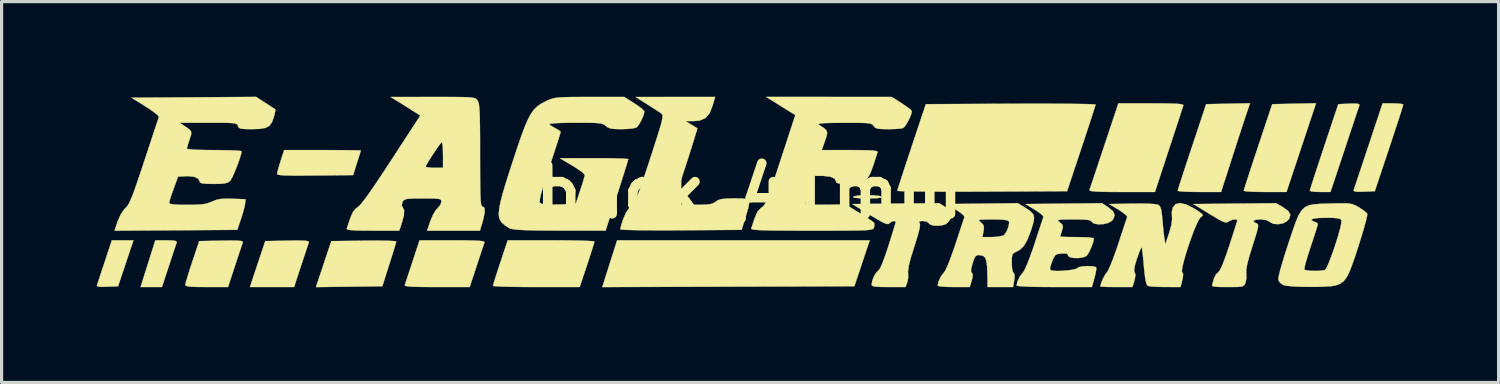
<source format=kicad_pcb>
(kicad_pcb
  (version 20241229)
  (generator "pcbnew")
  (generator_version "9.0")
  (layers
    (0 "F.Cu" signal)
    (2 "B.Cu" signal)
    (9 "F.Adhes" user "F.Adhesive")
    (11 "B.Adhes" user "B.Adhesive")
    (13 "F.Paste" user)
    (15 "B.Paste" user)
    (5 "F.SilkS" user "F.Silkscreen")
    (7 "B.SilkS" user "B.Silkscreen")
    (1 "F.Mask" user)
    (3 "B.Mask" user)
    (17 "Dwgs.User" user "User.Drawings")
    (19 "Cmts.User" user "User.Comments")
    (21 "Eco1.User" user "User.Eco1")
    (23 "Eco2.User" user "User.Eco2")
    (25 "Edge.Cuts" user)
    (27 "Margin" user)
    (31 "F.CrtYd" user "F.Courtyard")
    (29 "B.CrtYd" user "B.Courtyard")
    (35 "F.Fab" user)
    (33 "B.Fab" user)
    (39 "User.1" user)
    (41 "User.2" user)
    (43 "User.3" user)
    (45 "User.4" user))
  (footprint "back_41mm"
    (layer "F.Cu")
    (at 20.57 3.003)
    (property "Reference" "back_41mm" (at 0 0 0) (layer "F.SilkS") (effects (font (size 1.524 1.524) (thickness 0.3))))
    (attr through_hole)
    (fp_poly (pts (xy 3.56 2.248) (xy 3.318 2.972) (xy -4.63 2.998) (xy -4.594 2.883) (xy -4.565 2.792) (xy -4.513 2.627) (xy -4.444 2.411) (xy -4.367 2.166) (xy -4.36 2.146) (xy -4.162 1.524) (xy 3.802 1.524) (xy 3.56 2.248)) (stroke (width 0.01) (type solid)) (fill yes) (layer "F.SilkS"))
    (fp_poly (pts (xy -18.18 1.529) (xy -18.075 1.547) (xy -18.045 1.579) (xy -18.047 1.587) (xy -18.071 1.657) (xy -18.12 1.803) (xy -18.188 2.007) (xy -18.267 2.249) (xy -18.292 2.324) (xy -18.514 2.997) (xy -19.188 2.997) (xy -18.723 1.524) (xy -18.373 1.524) (xy -18.18 1.529)) (stroke (width 0.01) (type solid)) (fill yes) (layer "F.SilkS"))
    (fp_poly (pts (xy -19.655 2.248) (xy -19.897 2.972) (xy -20.242 2.987) (xy -20.43 2.991) (xy -20.532 2.98) (xy -20.565 2.952) (xy -20.562 2.936) (xy -20.538 2.866) (xy -20.488 2.719) (xy -20.421 2.514) (xy -20.34 2.272) (xy -20.316 2.197) (xy -20.094 1.524) (xy -19.413 1.524) (xy -19.655 2.248)) (stroke (width 0.01) (type solid)) (fill yes) (layer "F.SilkS"))
    (fp_poly (pts (xy -14.069 1.534) (xy -13.947 1.543) (xy -13.889 1.561) (xy -13.881 1.586) (xy -13.905 1.656) (xy -13.954 1.803) (xy -14.022 2.007) (xy -14.102 2.249) (xy -14.127 2.324) (xy -14.348 2.997) (xy -15.74 2.997) (xy -15.257 1.549) (xy -14.557 1.535) (xy -14.268 1.531) (xy -14.069 1.534)) (stroke (width 0.01) (type solid)) (fill yes) (layer "F.SilkS"))
    (fp_poly (pts (xy -11.567 1.535) (xy -11.348 1.54) (xy -11.197 1.548) (xy -11.129 1.558) (xy -11.126 1.561) (xy -11.141 1.621) (xy -11.182 1.759) (xy -11.243 1.957) (xy -11.318 2.196) (xy -11.347 2.286) (xy -11.566 2.972) (xy -13.658 2.999) (xy -13.416 2.274) (xy -13.174 1.549) (xy -12.149 1.536) (xy -11.839 1.533) (xy -11.567 1.535)) (stroke (width 0.01) (type solid)) (fill yes) (layer "F.SilkS"))
    (fp_poly (pts (xy 3.932 0.107) (xy 4.09 0.122) (xy 4.18 0.144) (xy 4.191 0.152) (xy 4.16 0.178) (xy 4.033 0.195) (xy 3.817 0.203) (xy 3.734 0.203) (xy 3.492 0.198) (xy 3.337 0.184) (xy 3.276 0.161) (xy 3.277 0.152) (xy 3.339 0.129) (xy 3.476 0.111) (xy 3.664 0.102) (xy 3.734 0.102) (xy 3.932 0.107)) (stroke (width 0.01) (type solid)) (fill yes) (layer "F.SilkS"))
    (fp_poly (pts (xy 17.408 -1.398) (xy 16.943 0) (xy 16.269 0) (xy 16.021 -0.003) (xy 15.814 -0.01) (xy 15.667 -0.022) (xy 15.598 -0.035) (xy 15.596 -0.039) (xy 15.611 -0.095) (xy 15.655 -0.235) (xy 15.723 -0.447) (xy 15.81 -0.716) (xy 15.914 -1.031) (xy 16.03 -1.379) (xy 16.044 -1.423) (xy 16.493 -2.769) (xy 17.184 -2.783) (xy 17.874 -2.797) (xy 17.408 -1.398)) (stroke (width 0.01) (type solid)) (fill yes) (layer "F.SilkS"))
    (fp_poly (pts (xy -16.152 1.534) (xy -16.03 1.543) (xy -15.971 1.561) (xy -15.964 1.586) (xy -15.988 1.656) (xy -16.037 1.803) (xy -16.105 2.007) (xy -16.185 2.249) (xy -16.209 2.324) (xy -16.431 2.997) (xy -17.105 2.997) (xy -17.394 2.995) (xy -17.593 2.987) (xy -17.715 2.972) (xy -17.772 2.949) (xy -17.78 2.932) (xy -17.765 2.862) (xy -17.722 2.716) (xy -17.659 2.513) (xy -17.581 2.273) (xy -17.56 2.208) (xy -17.339 1.549) (xy -16.639 1.535) (xy -16.351 1.531) (xy -16.152 1.534)) (stroke (width 0.01) (type solid)) (fill yes) (layer "F.SilkS"))
    (fp_poly (pts (xy 15.693 -2.503) (xy 15.648 -2.368) (xy 15.577 -2.155) (xy 15.488 -1.883) (xy 15.386 -1.57) (xy 15.278 -1.236) (xy 15.236 -1.105) (xy 14.88 0) (xy 14.196 0) (xy 13.946 -0.003) (xy 13.737 -0.01) (xy 13.588 -0.021) (xy 13.516 -0.035) (xy 13.513 -0.039) (xy 13.528 -0.095) (xy 13.572 -0.235) (xy 13.64 -0.447) (xy 13.728 -0.716) (xy 13.831 -1.031) (xy 13.947 -1.379) (xy 13.962 -1.423) (xy 14.41 -2.769) (xy 15.102 -2.783) (xy 15.794 -2.797) (xy 15.693 -2.503)) (stroke (width 0.01) (type solid)) (fill yes) (layer "F.SilkS"))
    (fp_poly (pts (xy -13.114 -1.32) (xy -12.812 -1.319) (xy -12.561 -1.317) (xy -12.374 -1.314) (xy -12.265 -1.311) (xy -12.243 -1.308) (xy -12.258 -1.257) (xy -12.296 -1.134) (xy -12.351 -0.962) (xy -12.366 -0.914) (xy -12.487 -0.533) (xy -13.686 -0.52) (xy -14.088 -0.517) (xy -14.398 -0.517) (xy -14.624 -0.522) (xy -14.774 -0.532) (xy -14.858 -0.547) (xy -14.884 -0.567) (xy -14.884 -0.567) (xy -14.87 -0.643) (xy -14.831 -0.785) (xy -14.776 -0.964) (xy -14.773 -0.974) (xy -14.661 -1.321) (xy -13.452 -1.321) (xy -13.114 -1.32)) (stroke (width 0.01) (type solid)) (fill yes) (layer "F.SilkS"))
    (fp_poly (pts (xy 19.211 -2.777) (xy 19.244 -2.749) (xy 19.242 -2.733) (xy 19.22 -2.669) (xy 19.17 -2.522) (xy 19.097 -2.304) (xy 19.006 -2.03) (xy 18.899 -1.711) (xy 18.783 -1.361) (xy 18.774 -1.333) (xy 18.33 0) (xy 18.004 0) (xy 17.837 -0.006) (xy 17.72 -0.02) (xy 17.678 -0.039) (xy 17.694 -0.095) (xy 17.738 -0.235) (xy 17.805 -0.447) (xy 17.893 -0.716) (xy 17.997 -1.031) (xy 18.112 -1.379) (xy 18.127 -1.423) (xy 18.576 -2.769) (xy 18.921 -2.784) (xy 19.109 -2.788) (xy 19.211 -2.777)) (stroke (width 0.01) (type solid)) (fill yes) (layer "F.SilkS"))
    (fp_poly (pts (xy 20.466 -2.788) (xy 20.583 -2.774) (xy 20.625 -2.755) (xy 20.609 -2.699) (xy 20.566 -2.559) (xy 20.498 -2.347) (xy 20.41 -2.078) (xy 20.306 -1.763) (xy 20.191 -1.415) (xy 20.176 -1.371) (xy 19.727 -0.025) (xy 19.382 -0.01) (xy 19.194 -0.006) (xy 19.092 -0.017) (xy 19.059 -0.045) (xy 19.062 -0.061) (xy 19.083 -0.125) (xy 19.133 -0.272) (xy 19.206 -0.49) (xy 19.297 -0.764) (xy 19.404 -1.083) (xy 19.52 -1.433) (xy 19.529 -1.461) (xy 19.973 -2.794) (xy 20.299 -2.794) (xy 20.466 -2.788)) (stroke (width 0.01) (type solid)) (fill yes) (layer "F.SilkS"))
    (fp_poly (pts (xy -8.993 1.525) (xy -8.721 1.53) (xy -8.531 1.538) (xy -8.411 1.55) (xy -8.353 1.568) (xy -8.344 1.587) (xy -8.368 1.657) (xy -8.417 1.803) (xy -8.485 2.007) (xy -8.565 2.249) (xy -8.589 2.324) (xy -8.811 2.997) (xy -9.846 2.997) (xy -10.21 2.996) (xy -10.481 2.991) (xy -10.672 2.983) (xy -10.791 2.971) (xy -10.849 2.954) (xy -10.858 2.934) (xy -10.834 2.864) (xy -10.785 2.718) (xy -10.718 2.514) (xy -10.638 2.272) (xy -10.613 2.197) (xy -10.392 1.524) (xy -9.356 1.524) (xy -8.993 1.525)) (stroke (width 0.01) (type solid)) (fill yes) (layer "F.SilkS"))
    (fp_poly (pts (xy -5.883 1.525) (xy -5.558 1.529) (xy -5.282 1.535) (xy -5.068 1.543) (xy -4.928 1.552) (xy -4.877 1.562) (xy -4.877 1.562) (xy -4.892 1.621) (xy -4.934 1.759) (xy -4.997 1.956) (xy -5.075 2.195) (xy -5.11 2.299) (xy -5.342 2.997) (xy -6.71 2.997) (xy -7.071 2.996) (xy -7.396 2.992) (xy -7.672 2.986) (xy -7.886 2.978) (xy -8.026 2.969) (xy -8.077 2.959) (xy -8.077 2.959) (xy -8.062 2.9) (xy -8.02 2.762) (xy -7.957 2.565) (xy -7.879 2.326) (xy -7.844 2.223) (xy -7.612 1.524) (xy -6.244 1.524) (xy -5.883 1.525)) (stroke (width 0.01) (type solid)) (fill yes) (layer "F.SilkS"))
    (fp_poly (pts (xy 13.041 -2.793) (xy 13.313 -2.788) (xy 13.504 -2.78) (xy 13.624 -2.767) (xy 13.683 -2.75) (xy 13.692 -2.731) (xy 13.671 -2.667) (xy 13.623 -2.52) (xy 13.552 -2.303) (xy 13.462 -2.029) (xy 13.357 -1.71) (xy 13.242 -1.361) (xy 13.233 -1.333) (xy 12.795 0) (xy 11.751 0) (xy 11.387 -0.001) (xy 11.113 -0.006) (xy 10.921 -0.014) (xy 10.801 -0.026) (xy 10.741 -0.043) (xy 10.731 -0.064) (xy 10.753 -0.127) (xy 10.802 -0.273) (xy 10.875 -0.49) (xy 10.966 -0.764) (xy 11.072 -1.083) (xy 11.189 -1.432) (xy 11.198 -1.461) (xy 11.642 -2.794) (xy 12.677 -2.794) (xy 13.041 -2.793)) (stroke (width 0.01) (type solid)) (fill yes) (layer "F.SilkS"))
    (fp_poly (pts (xy 9.673 -2.783) (xy 10.06 -2.78) (xy 10.387 -2.776) (xy 10.644 -2.772) (xy 10.822 -2.766) (xy 10.913 -2.759) (xy 10.922 -2.756) (xy 10.907 -2.699) (xy 10.863 -2.559) (xy 10.795 -2.347) (xy 10.707 -2.078) (xy 10.603 -1.763) (xy 10.488 -1.415) (xy 10.473 -1.371) (xy 10.024 -0.025) (xy 7.349 -0.012) (xy 6.838 -0.01) (xy 6.36 -0.01) (xy 5.922 -0.011) (xy 5.535 -0.014) (xy 5.209 -0.018) (xy 4.952 -0.022) (xy 4.773 -0.028) (xy 4.683 -0.035) (xy 4.674 -0.038) (xy 4.689 -0.095) (xy 4.733 -0.235) (xy 4.801 -0.447) (xy 4.888 -0.716) (xy 4.992 -1.031) (xy 5.108 -1.379) (xy 5.122 -1.423) (xy 5.571 -2.769) (xy 8.247 -2.782) (xy 8.757 -2.784) (xy 9.236 -2.784) (xy 9.673 -2.783)) (stroke (width 0.01) (type solid)) (fill yes) (layer "F.SilkS"))
    (fp_poly (pts (xy 6.218 0.494) (xy 6.348 0.579) (xy 6.407 0.639) (xy 6.41 0.705) (xy 6.375 0.796) (xy 6.299 0.924) (xy 6.208 1.01) (xy 6.205 1.012) (xy 6.074 1.054) (xy 5.919 1.067) (xy 5.777 1.052) (xy 5.685 1.01) (xy 5.671 0.991) (xy 5.6 0.933) (xy 5.482 0.914) (xy 5.377 0.923) (xy 5.359 0.955) (xy 5.375 0.979) (xy 5.388 1.039) (xy 5.371 1.161) (xy 5.322 1.353) (xy 5.238 1.627) (xy 5.208 1.72) (xy 5.099 2.07) (xy 5.033 2.331) (xy 5.009 2.506) (xy 5.012 2.557) (xy 5.013 2.72) (xy 4.984 2.857) (xy 4.93 2.997) (xy 4.395 2.997) (xy 4.146 2.994) (xy 3.983 2.984) (xy 3.893 2.965) (xy 3.861 2.935) (xy 3.861 2.929) (xy 3.886 2.786) (xy 3.949 2.634) (xy 4.028 2.518) (xy 4.065 2.489) (xy 4.125 2.413) (xy 4.205 2.238) (xy 4.305 1.966) (xy 4.39 1.707) (xy 4.471 1.45) (xy 4.54 1.229) (xy 4.591 1.06) (xy 4.619 0.962) (xy 4.623 0.944) (xy 4.587 0.914) (xy 4.509 0.928) (xy 4.43 0.978) (xy 4.422 0.988) (xy 4.385 1.011) (xy 4.323 1.005) (xy 4.223 0.963) (xy 4.069 0.879) (xy 3.847 0.746) (xy 3.807 0.721) (xy 3.253 0.381) (xy 4.622 0.367) (xy 5.992 0.354) (xy 6.218 0.494)) (stroke (width 0.01) (type solid)) (fill yes) (layer "F.SilkS"))
    (fp_poly (pts (xy 16.842 0.487) (xy 17.002 0.605) (xy 17.064 0.718) (xy 17.031 0.837) (xy 16.967 0.914) (xy 16.843 0.986) (xy 16.682 1.016) (xy 16.524 1.003) (xy 16.413 0.945) (xy 16.408 0.94) (xy 16.309 0.886) (xy 16.142 0.864) (xy 16.123 0.864) (xy 15.977 0.877) (xy 15.906 0.91) (xy 15.919 0.953) (xy 15.996 0.989) (xy 16.031 1.006) (xy 16.048 1.042) (xy 16.044 1.111) (xy 16.017 1.229) (xy 15.963 1.411) (xy 15.88 1.672) (xy 15.868 1.711) (xy 15.765 2.044) (xy 15.701 2.292) (xy 15.672 2.466) (xy 15.674 2.561) (xy 15.679 2.723) (xy 15.651 2.858) (xy 15.624 2.921) (xy 15.587 2.961) (xy 15.52 2.984) (xy 15.402 2.994) (xy 15.213 2.997) (xy 15.083 2.997) (xy 14.85 2.995) (xy 14.702 2.988) (xy 14.622 2.973) (xy 14.595 2.947) (xy 14.6 2.916) (xy 14.637 2.803) (xy 14.662 2.712) (xy 14.722 2.596) (xy 14.786 2.538) (xy 14.845 2.463) (xy 14.927 2.289) (xy 15.03 2.016) (xy 15.136 1.705) (xy 15.222 1.44) (xy 15.296 1.21) (xy 15.352 1.031) (xy 15.386 0.92) (xy 15.392 0.893) (xy 15.353 0.864) (xy 15.26 0.871) (xy 15.155 0.908) (xy 15.114 0.933) (xy 15.065 0.957) (xy 15.002 0.956) (xy 14.91 0.921) (xy 14.769 0.845) (xy 14.565 0.723) (xy 14.513 0.691) (xy 14.006 0.381) (xy 15.311 0.367) (xy 16.616 0.354) (xy 16.842 0.487)) (stroke (width 0.01) (type solid)) (fill yes) (layer "F.SilkS"))
    (fp_poly (pts (xy -1.149 -2.731) (xy -1.244 -2.488) (xy -1.375 -2.333) (xy -1.555 -2.253) (xy -1.743 -2.235) (xy -2.007 -2.235) (xy -1.829 -2.128) (xy -1.714 -2.057) (xy -1.644 -2.013) (xy -1.636 -2.007) (xy -1.647 -1.957) (xy -1.686 -1.824) (xy -1.748 -1.621) (xy -1.829 -1.361) (xy -1.925 -1.058) (xy -2.005 -0.812) (xy -2.111 -0.485) (xy -2.205 -0.191) (xy -2.284 0.057) (xy -2.344 0.244) (xy -2.379 0.358) (xy -2.388 0.388) (xy -2.34 0.395) (xy -2.211 0.401) (xy -2.019 0.405) (xy -1.785 0.406) (xy -1.785 0.406) (xy -1.52 0.404) (xy -1.336 0.396) (xy -1.211 0.38) (xy -1.125 0.351) (xy -1.057 0.308) (xy -1.053 0.305) (xy -0.972 0.254) (xy -0.869 0.224) (xy -0.718 0.208) (xy -0.494 0.203) (xy -0.462 0.203) (xy -0.242 0.205) (xy -0.098 0.22) (xy -0.021 0.265) (xy -0.00023 0.355) (xy -0.028 0.507) (xy -0.096 0.737) (xy -0.119 0.813) (xy -0.237 1.194) (xy -2.15 1.207) (xy -2.58 1.209) (xy -2.976 1.209) (xy -3.327 1.206) (xy -3.623 1.202) (xy -3.851 1.196) (xy -4.002 1.188) (xy -4.063 1.179) (xy -4.064 1.178) (xy -4.049 1.109) (xy -4.011 0.979) (xy -3.981 0.885) (xy -3.885 0.654) (xy -3.783 0.508) (xy -3.678 0.457) (xy -3.677 0.457) (xy -3.64 0.409) (xy -3.577 0.268) (xy -3.489 0.037) (xy -3.377 -0.279) (xy -3.243 -0.677) (xy -3.144 -0.976) (xy -3.012 -1.386) (xy -2.908 -1.71) (xy -2.83 -1.959) (xy -2.777 -2.143) (xy -2.744 -2.275) (xy -2.731 -2.363) (xy -2.732 -2.419) (xy -2.748 -2.454) (xy -2.773 -2.478) (xy -2.775 -2.479) (xy -2.862 -2.538) (xy -3.008 -2.633) (xy -3.183 -2.745) (xy -3.226 -2.772) (xy -3.581 -2.995) (xy -2.327 -2.996) (xy -1.072 -2.997) (xy -1.149 -2.731)) (stroke (width 0.01) (type solid)) (fill yes) (layer "F.SilkS"))
    (fp_poly (pts (xy 18.804 0.357) (xy 18.937 0.367) (xy 19.038 0.39) (xy 19.129 0.43) (xy 19.227 0.485) (xy 19.366 0.575) (xy 19.463 0.655) (xy 19.491 0.691) (xy 19.484 0.758) (xy 19.449 0.906) (xy 19.391 1.118) (xy 19.314 1.379) (xy 19.222 1.673) (xy 19.209 1.715) (xy 19.089 2.08) (xy 18.99 2.36) (xy 18.904 2.567) (xy 18.823 2.716) (xy 18.741 2.817) (xy 18.649 2.885) (xy 18.54 2.931) (xy 18.487 2.948) (xy 18.357 2.969) (xy 18.155 2.983) (xy 17.907 2.991) (xy 17.636 2.992) (xy 17.37 2.987) (xy 17.132 2.975) (xy 16.948 2.958) (xy 16.853 2.938) (xy 16.741 2.865) (xy 16.685 2.776) (xy 16.692 2.69) (xy 16.73 2.521) (xy 16.754 2.434) (xy 17.503 2.434) (xy 17.505 2.445) (xy 17.567 2.469) (xy 17.696 2.484) (xy 17.857 2.489) (xy 18.015 2.483) (xy 18.135 2.465) (xy 18.157 2.458) (xy 18.2 2.401) (xy 18.263 2.266) (xy 18.339 2.074) (xy 18.421 1.847) (xy 18.502 1.604) (xy 18.575 1.368) (xy 18.633 1.157) (xy 18.67 0.994) (xy 18.678 0.898) (xy 18.676 0.89) (xy 18.64 0.851) (xy 18.555 0.828) (xy 18.404 0.816) (xy 18.188 0.813) (xy 17.953 0.82) (xy 17.798 0.839) (xy 17.729 0.869) (xy 17.751 0.907) (xy 17.831 0.94) (xy 17.913 0.981) (xy 17.932 1.009) (xy 17.917 1.068) (xy 17.875 1.205) (xy 17.812 1.401) (xy 17.734 1.638) (xy 17.705 1.723) (xy 17.625 1.971) (xy 17.561 2.184) (xy 17.519 2.345) (xy 17.503 2.434) (xy 16.754 2.434) (xy 16.797 2.279) (xy 16.889 1.976) (xy 17.003 1.625) (xy 17.128 1.25) (xy 17.23 0.959) (xy 17.321 0.742) (xy 17.414 0.587) (xy 17.519 0.484) (xy 17.649 0.421) (xy 17.816 0.388) (xy 18.03 0.373) (xy 18.304 0.364) (xy 18.347 0.363) (xy 18.615 0.357) (xy 18.804 0.357)) (stroke (width 0.01) (type solid)) (fill yes) (layer "F.SilkS"))
    (fp_poly (pts (xy 8.733 0.515) (xy 8.873 0.61) (xy 8.956 0.698) (xy 8.985 0.802) (xy 8.966 0.948) (xy 8.904 1.158) (xy 8.882 1.222) (xy 8.777 1.499) (xy 8.668 1.692) (xy 8.544 1.818) (xy 8.434 1.879) (xy 8.347 1.922) (xy 8.301 1.978) (xy 8.283 2.078) (xy 8.28 2.237) (xy 8.29 2.41) (xy 8.315 2.522) (xy 8.337 2.551) (xy 8.371 2.615) (xy 8.36 2.771) (xy 8.358 2.783) (xy 8.322 2.997) (xy 7.518 2.997) (xy 7.513 2.629) (xy 7.505 2.364) (xy 7.483 2.185) (xy 7.444 2.074) (xy 7.38 2.015) (xy 7.286 1.991) (xy 7.196 1.99) (xy 7.138 2.024) (xy 7.091 2.115) (xy 7.048 2.243) (xy 7.001 2.414) (xy 6.997 2.51) (xy 7.021 2.547) (xy 7.052 2.599) (xy 7.04 2.706) (xy 7.018 2.79) (xy 6.956 2.997) (xy 6.45 2.997) (xy 6.235 2.993) (xy 6.067 2.981) (xy 5.964 2.963) (xy 5.944 2.95) (xy 5.973 2.819) (xy 6.045 2.668) (xy 6.131 2.551) (xy 6.143 2.54) (xy 6.191 2.466) (xy 6.262 2.312) (xy 6.348 2.093) (xy 6.444 1.827) (xy 6.504 1.651) (xy 6.594 1.378) (xy 6.673 1.138) (xy 6.736 0.948) (xy 6.75 0.906) (xy 7.248 0.906) (xy 7.288 0.943) (xy 7.307 0.957) (xy 7.384 1.036) (xy 7.404 1.131) (xy 7.39 1.235) (xy 7.355 1.422) (xy 7.655 1.422) (xy 7.832 1.412) (xy 7.975 1.385) (xy 8.036 1.359) (xy 8.111 1.26) (xy 8.171 1.118) (xy 8.198 0.983) (xy 8.192 0.927) (xy 8.143 0.894) (xy 8.016 0.874) (xy 7.802 0.865) (xy 7.679 0.865) (xy 7.455 0.866) (xy 7.317 0.871) (xy 7.253 0.883) (xy 7.248 0.906) (xy 6.75 0.906) (xy 6.777 0.824) (xy 6.79 0.786) (xy 6.76 0.736) (xy 6.662 0.653) (xy 6.518 0.557) (xy 6.227 0.381) (xy 8.474 0.354) (xy 8.733 0.515)) (stroke (width 0.01) (type solid)) (fill yes) (layer "F.SilkS"))
    (fp_poly (pts (xy 13.788 0.397) (xy 14.032 0.522) (xy 14.061 0.54) (xy 14.212 0.639) (xy 14.289 0.701) (xy 14.303 0.742) (xy 14.266 0.78) (xy 14.236 0.801) (xy 14.181 0.872) (xy 14.109 1.017) (xy 14.026 1.215) (xy 13.938 1.449) (xy 13.851 1.699) (xy 13.772 1.946) (xy 13.707 2.173) (xy 13.662 2.359) (xy 13.644 2.486) (xy 13.655 2.533) (xy 13.685 2.592) (xy 13.672 2.716) (xy 13.656 2.783) (xy 13.602 2.997) (xy 13.113 2.996) (xy 12.895 2.992) (xy 12.712 2.981) (xy 12.59 2.964) (xy 12.558 2.954) (xy 12.522 2.881) (xy 12.487 2.713) (xy 12.457 2.458) (xy 12.446 2.339) (xy 12.426 2.109) (xy 12.406 1.919) (xy 12.389 1.79) (xy 12.378 1.743) (xy 12.352 1.777) (xy 12.305 1.886) (xy 12.246 2.049) (xy 12.228 2.1) (xy 12.161 2.32) (xy 12.137 2.46) (xy 12.153 2.531) (xy 12.155 2.533) (xy 12.182 2.613) (xy 12.158 2.757) (xy 12.148 2.792) (xy 12.086 2.997) (xy 11.58 2.997) (xy 11.368 2.996) (xy 11.199 2.991) (xy 11.096 2.985) (xy 11.074 2.979) (xy 11.099 2.873) (xy 11.159 2.73) (xy 11.23 2.6) (xy 11.278 2.54) (xy 11.323 2.468) (xy 11.391 2.316) (xy 11.475 2.104) (xy 11.568 1.848) (xy 11.635 1.651) (xy 11.724 1.378) (xy 11.804 1.138) (xy 11.867 0.948) (xy 11.908 0.825) (xy 11.921 0.787) (xy 11.89 0.737) (xy 11.792 0.655) (xy 11.648 0.559) (xy 11.647 0.558) (xy 11.354 0.381) (xy 12.078 0.367) (xy 12.37 0.365) (xy 12.615 0.371) (xy 12.795 0.383) (xy 12.894 0.402) (xy 12.9 0.404) (xy 12.952 0.453) (xy 12.989 0.545) (xy 13.014 0.704) (xy 13.028 0.85) (xy 13.048 1.073) (xy 13.07 1.285) (xy 13.09 1.442) (xy 13.091 1.448) (xy 13.121 1.651) (xy 13.241 1.297) (xy 13.311 1.049) (xy 13.337 0.856) (xy 13.332 0.789) (xy 13.328 0.627) (xy 13.356 0.495) (xy 13.444 0.383) (xy 13.59 0.35) (xy 13.788 0.397)) (stroke (width 0.01) (type solid)) (fill yes) (layer "F.SilkS"))
    (fp_poly (pts (xy -9.258 -2.995) (xy -9.023 -2.992) (xy -8.854 -2.986) (xy -8.737 -2.976) (xy -8.661 -2.961) (xy -8.614 -2.94) (xy -8.583 -2.911) (xy -8.563 -2.884) (xy -8.54 -2.84) (xy -8.522 -2.771) (xy -8.509 -2.667) (xy -8.498 -2.516) (xy -8.491 -2.308) (xy -8.487 -2.033) (xy -8.484 -1.679) (xy -8.484 -1.236) (xy -8.484 -1.157) (xy -8.483 -0.704) (xy -8.481 -0.343) (xy -8.478 -0.064) (xy -8.472 0.144) (xy -8.463 0.289) (xy -8.451 0.384) (xy -8.436 0.436) (xy -8.416 0.456) (xy -8.407 0.457) (xy -8.347 0.499) (xy -8.336 0.625) (xy -8.377 0.838) (xy -8.409 0.956) (xy -8.488 1.219) (xy -10.153 1.219) (xy -10.05 0.914) (xy -9.974 0.732) (xy -9.886 0.581) (xy -9.825 0.513) (xy -9.737 0.411) (xy -9.703 0.31) (xy -9.708 0.264) (xy -9.735 0.234) (xy -9.801 0.216) (xy -9.924 0.207) (xy -10.12 0.203) (xy -10.285 0.203) (xy -10.538 0.205) (xy -10.708 0.211) (xy -10.814 0.225) (xy -10.876 0.25) (xy -10.913 0.29) (xy -10.925 0.31) (xy -10.956 0.416) (xy -10.927 0.473) (xy -10.878 0.577) (xy -10.886 0.743) (xy -10.952 0.981) (xy -10.952 0.982) (xy -11.033 1.219) (xy -11.872 1.219) (xy -12.195 1.217) (xy -12.427 1.212) (xy -12.579 1.201) (xy -12.663 1.185) (xy -12.689 1.162) (xy -12.687 1.156) (xy -12.659 1.074) (xy -12.612 0.933) (xy -12.576 0.825) (xy -12.494 0.63) (xy -12.394 0.514) (xy -12.346 0.483) (xy -12.275 0.421) (xy -12.162 0.284) (xy -12.003 0.069) (xy -11.799 -0.226) (xy -11.546 -0.603) (xy -11.415 -0.803) (xy -10.202 -0.803) (xy -10.166 -0.781) (xy -10.055 -0.766) (xy -9.936 -0.762) (xy -9.652 -0.762) (xy -9.652 -1.168) (xy -9.656 -1.357) (xy -9.668 -1.498) (xy -9.685 -1.569) (xy -9.69 -1.573) (xy -9.729 -1.533) (xy -9.805 -1.429) (xy -9.903 -1.287) (xy -10.008 -1.128) (xy -10.104 -0.976) (xy -10.176 -0.855) (xy -10.202 -0.803) (xy -11.415 -0.803) (xy -11.286 -1) (xy -10.368 -2.41) (xy -10.582 -2.546) (xy -10.754 -2.655) (xy -10.952 -2.779) (xy -11.049 -2.839) (xy -11.303 -2.995) (xy -9.972 -2.996) (xy -9.571 -2.996) (xy -9.258 -2.995)) (stroke (width 0.01) (type solid)) (fill yes) (layer "F.SilkS"))
    (fp_poly (pts (xy 11.328 0.488) (xy 11.476 0.614) (xy 11.526 0.734) (xy 11.48 0.857) (xy 11.43 0.914) (xy 11.321 0.977) (xy 11.17 1.013) (xy 11.01 1.02) (xy 10.876 0.997) (xy 10.803 0.943) (xy 10.802 0.94) (xy 10.769 0.905) (xy 10.692 0.882) (xy 10.554 0.87) (xy 10.338 0.865) (xy 10.225 0.865) (xy 9.985 0.866) (xy 9.833 0.87) (xy 9.754 0.88) (xy 9.736 0.9) (xy 9.764 0.931) (xy 9.799 0.959) (xy 9.878 1.034) (xy 9.893 1.112) (xy 9.863 1.22) (xy 9.824 1.336) (xy 9.805 1.402) (xy 9.804 1.405) (xy 9.852 1.412) (xy 9.98 1.418) (xy 10.167 1.421) (xy 10.338 1.422) (xy 10.557 1.426) (xy 10.732 1.437) (xy 10.843 1.453) (xy 10.871 1.467) (xy 10.849 1.579) (xy 10.795 1.73) (xy 10.725 1.882) (xy 10.657 1.993) (xy 10.632 2.019) (xy 10.527 2.063) (xy 10.385 2.083) (xy 10.238 2.081) (xy 10.118 2.058) (xy 10.06 2.014) (xy 10.058 2.004) (xy 10.034 1.953) (xy 9.948 1.936) (xy 9.85 1.94) (xy 9.724 1.956) (xy 9.648 1.998) (xy 9.592 2.091) (xy 9.549 2.2) (xy 9.498 2.347) (xy 9.487 2.428) (xy 9.514 2.466) (xy 9.529 2.473) (xy 9.631 2.489) (xy 9.786 2.49) (xy 9.966 2.48) (xy 10.139 2.46) (xy 10.277 2.434) (xy 10.348 2.404) (xy 10.351 2.398) (xy 10.409 2.365) (xy 10.531 2.344) (xy 10.681 2.336) (xy 10.824 2.343) (xy 10.922 2.364) (xy 10.943 2.38) (xy 10.944 2.449) (xy 10.92 2.582) (xy 10.888 2.71) (xy 10.806 2.997) (xy 9.62 2.997) (xy 9.25 2.995) (xy 8.937 2.99) (xy 8.691 2.981) (xy 8.521 2.969) (xy 8.439 2.955) (xy 8.433 2.95) (xy 8.462 2.819) (xy 8.534 2.668) (xy 8.62 2.551) (xy 8.633 2.54) (xy 8.68 2.466) (xy 8.751 2.312) (xy 8.838 2.093) (xy 8.934 1.827) (xy 8.993 1.651) (xy 9.083 1.378) (xy 9.162 1.138) (xy 9.225 0.948) (xy 9.266 0.825) (xy 9.279 0.787) (xy 9.249 0.737) (xy 9.151 0.655) (xy 9.006 0.559) (xy 9.005 0.558) (xy 8.712 0.381) (xy 9.918 0.367) (xy 11.125 0.354) (xy 11.328 0.488)) (stroke (width 0.01) (type solid)) (fill yes) (layer "F.SilkS"))
    (fp_poly (pts (xy -3.619 -2.795) (xy -3.466 -2.691) (xy -3.353 -2.602) (xy -3.303 -2.546) (xy -3.302 -2.542) (xy -3.327 -2.427) (xy -3.388 -2.279) (xy -3.466 -2.138) (xy -3.54 -2.044) (xy -3.559 -2.031) (xy -3.653 -2.006) (xy -3.815 -1.989) (xy -4.013 -1.981) (xy -4.035 -1.981) (xy -4.246 -1.986) (xy -4.382 -2.004) (xy -4.472 -2.042) (xy -4.521 -2.083) (xy -4.566 -2.121) (xy -4.625 -2.148) (xy -4.714 -2.166) (xy -4.849 -2.177) (xy -5.047 -2.182) (xy -5.323 -2.184) (xy -5.461 -2.184) (xy -5.74 -2.182) (xy -5.98 -2.175) (xy -6.163 -2.166) (xy -6.274 -2.153) (xy -6.299 -2.143) (xy -6.258 -2.097) (xy -6.155 -2.034) (xy -6.121 -2.017) (xy -6.008 -1.954) (xy -5.947 -1.902) (xy -5.944 -1.893) (xy -5.959 -1.836) (xy -6.002 -1.696) (xy -6.068 -1.489) (xy -6.153 -1.229) (xy -6.251 -0.929) (xy -6.297 -0.79) (xy -6.419 -0.416) (xy -6.508 -0.128) (xy -6.567 0.083) (xy -6.598 0.227) (xy -6.604 0.312) (xy -6.594 0.342) (xy -6.535 0.375) (xy -6.416 0.393) (xy -6.221 0.399) (xy -6.004 0.395) (xy -5.47 0.381) (xy -5.326 -0.049) (xy -5.261 -0.247) (xy -5.212 -0.412) (xy -5.184 -0.518) (xy -5.182 -0.539) (xy -5.223 -0.59) (xy -5.332 -0.675) (xy -5.491 -0.781) (xy -5.575 -0.832) (xy -5.969 -1.065) (xy -4.889 -1.066) (xy -4.571 -1.065) (xy -4.289 -1.061) (xy -4.06 -1.055) (xy -3.897 -1.047) (xy -3.816 -1.038) (xy -3.81 -1.035) (xy -3.825 -0.979) (xy -3.867 -0.841) (xy -3.931 -0.634) (xy -4.014 -0.373) (xy -4.11 -0.071) (xy -4.168 0.108) (xy -4.526 1.219) (xy -5.958 1.217) (xy -6.418 1.215) (xy -6.786 1.211) (xy -7.071 1.203) (xy -7.283 1.191) (xy -7.43 1.176) (xy -7.523 1.156) (xy -7.544 1.148) (xy -7.688 1.062) (xy -7.798 0.967) (xy -7.851 0.892) (xy -7.884 0.8) (xy -7.894 0.682) (xy -7.88 0.527) (xy -7.841 0.324) (xy -7.774 0.063) (xy -7.677 -0.266) (xy -7.548 -0.673) (xy -7.447 -0.983) (xy -7.299 -1.431) (xy -7.174 -1.793) (xy -7.065 -2.081) (xy -6.967 -2.304) (xy -6.873 -2.476) (xy -6.777 -2.606) (xy -6.672 -2.706) (xy -6.552 -2.787) (xy -6.411 -2.861) (xy -6.375 -2.878) (xy -6.286 -2.917) (xy -6.2 -2.946) (xy -6.099 -2.968) (xy -5.97 -2.982) (xy -5.795 -2.99) (xy -5.56 -2.995) (xy -5.248 -2.996) (xy -5.029 -2.996) (xy -3.937 -2.996) (xy -3.619 -2.795)) (stroke (width 0.01) (type solid)) (fill yes) (layer "F.SilkS"))
    (fp_poly (pts (xy -15.253 -2.809) (xy -15.104 -2.713) (xy -14.992 -2.64) (xy -14.941 -2.607) (xy -14.941 -2.607) (xy -14.942 -2.555) (xy -14.966 -2.438) (xy -14.986 -2.361) (xy -15.047 -2.194) (xy -15.131 -2.083) (xy -15.259 -2.018) (xy -15.45 -1.988) (xy -15.677 -1.981) (xy -15.884 -1.984) (xy -16.011 -1.994) (xy -16.079 -2.018) (xy -16.111 -2.06) (xy -16.118 -2.083) (xy -16.133 -2.119) (xy -16.164 -2.146) (xy -16.226 -2.164) (xy -16.333 -2.175) (xy -16.499 -2.181) (xy -16.739 -2.184) (xy -17.05 -2.184) (xy -17.956 -2.184) (xy -17.766 -2.056) (xy -17.649 -1.972) (xy -17.594 -1.904) (xy -17.592 -1.818) (xy -17.634 -1.679) (xy -17.653 -1.626) (xy -17.699 -1.485) (xy -17.726 -1.386) (xy -17.729 -1.365) (xy -17.681 -1.351) (xy -17.548 -1.338) (xy -17.346 -1.328) (xy -17.092 -1.322) (xy -16.866 -1.321) (xy -16.582 -1.319) (xy -16.338 -1.313) (xy -16.149 -1.304) (xy -16.032 -1.293) (xy -16.002 -1.283) (xy -16.021 -1.183) (xy -16.071 -1.023) (xy -16.14 -0.832) (xy -16.217 -0.639) (xy -16.291 -0.475) (xy -16.349 -0.367) (xy -16.364 -0.349) (xy -16.431 -0.301) (xy -16.528 -0.272) (xy -16.68 -0.257) (xy -16.891 -0.254) (xy -17.108 -0.257) (xy -17.241 -0.27) (xy -17.306 -0.294) (xy -17.323 -0.328) (xy -17.369 -0.419) (xy -17.497 -0.479) (xy -17.689 -0.5) (xy -17.767 -0.498) (xy -18.005 -0.483) (xy -18.146 -0.102) (xy -18.213 0.086) (xy -18.262 0.24) (xy -18.287 0.333) (xy -18.288 0.343) (xy -18.259 0.373) (xy -18.163 0.392) (xy -17.99 0.403) (xy -17.727 0.406) (xy -17.72 0.406) (xy -17.449 0.403) (xy -17.253 0.391) (xy -17.108 0.366) (xy -16.987 0.325) (xy -16.937 0.303) (xy -16.801 0.248) (xy -16.654 0.219) (xy -16.463 0.21) (xy -16.299 0.214) (xy -15.875 0.229) (xy -15.892 0.37) (xy -15.916 0.49) (xy -15.964 0.666) (xy -16.023 0.852) (xy -16.138 1.194) (xy -18.074 1.207) (xy -20.01 1.22) (xy -19.911 0.928) (xy -19.818 0.714) (xy -19.704 0.547) (xy -19.665 0.508) (xy -19.616 0.457) (xy -19.565 0.381) (xy -19.51 0.269) (xy -19.444 0.111) (xy -19.364 -0.106) (xy -19.265 -0.392) (xy -19.142 -0.758) (xy -19.074 -0.965) (xy -18.957 -1.318) (xy -18.851 -1.64) (xy -18.759 -1.918) (xy -18.685 -2.141) (xy -18.634 -2.293) (xy -18.61 -2.364) (xy -18.609 -2.366) (xy -18.641 -2.414) (xy -18.743 -2.5) (xy -18.898 -2.61) (xy -19.031 -2.696) (xy -19.473 -2.972) (xy -17.509 -2.985) (xy -15.545 -2.998) (xy -15.253 -2.809)) (stroke (width 0.01) (type solid)) (fill yes) (layer "F.SilkS"))
    (fp_poly (pts (xy 2.516 -2.997) (xy 4.496 -2.996) (xy 4.813 -2.795) (xy 4.967 -2.691) (xy 5.08 -2.604) (xy 5.13 -2.549) (xy 5.131 -2.546) (xy 5.107 -2.441) (xy 5.047 -2.299) (xy 4.97 -2.157) (xy 4.895 -2.05) (xy 4.852 -2.014) (xy 4.762 -1.998) (xy 4.602 -1.986) (xy 4.406 -1.981) (xy 4.377 -1.981) (xy 4.172 -1.985) (xy 4.045 -1.999) (xy 3.97 -2.03) (xy 3.924 -2.083) (xy 3.923 -2.083) (xy 3.894 -2.12) (xy 3.851 -2.146) (xy 3.777 -2.164) (xy 3.658 -2.175) (xy 3.479 -2.18) (xy 3.224 -2.182) (xy 2.984 -2.181) (xy 2.662 -2.179) (xy 2.432 -2.174) (xy 2.282 -2.165) (xy 2.204 -2.152) (xy 2.187 -2.133) (xy 2.203 -2.118) (xy 2.358 -2.016) (xy 2.44 -1.939) (xy 2.461 -1.854) (xy 2.432 -1.731) (xy 2.392 -1.613) (xy 2.291 -1.321) (xy 3.183 -1.321) (xy 3.517 -1.319) (xy 3.76 -1.314) (xy 3.923 -1.304) (xy 4.017 -1.289) (xy 4.052 -1.268) (xy 4.051 -1.257) (xy 4.025 -1.18) (xy 3.978 -1.036) (xy 3.92 -0.855) (xy 3.914 -0.838) (xy 3.822 -0.586) (xy 3.723 -0.417) (xy 3.595 -0.317) (xy 3.418 -0.268) (xy 3.169 -0.254) (xy 3.147 -0.254) (xy 2.938 -0.258) (xy 2.813 -0.271) (xy 2.754 -0.298) (xy 2.743 -0.328) (xy 2.696 -0.42) (xy 2.561 -0.481) (xy 2.347 -0.507) (xy 2.296 -0.508) (xy 2.045 -0.508) (xy 1.893 -0.075) (xy 1.831 0.119) (xy 1.791 0.274) (xy 1.779 0.368) (xy 1.784 0.385) (xy 1.849 0.394) (xy 1.994 0.401) (xy 2.197 0.404) (xy 2.435 0.403) (xy 3.043 0.395) (xy 3.479 0.663) (xy 3.666 0.78) (xy 3.818 0.88) (xy 3.917 0.951) (xy 3.942 0.974) (xy 3.95 1.053) (xy 3.937 1.118) (xy 3.926 1.144) (xy 3.904 1.165) (xy 3.862 1.182) (xy 3.79 1.194) (xy 3.679 1.204) (xy 3.518 1.211) (xy 3.298 1.215) (xy 3.01 1.218) (xy 2.643 1.219) (xy 2.189 1.219) (xy 1.972 1.219) (xy 1.46 1.219) (xy 1.041 1.216) (xy 0.709 1.213) (xy 0.454 1.207) (xy 0.27 1.199) (xy 0.149 1.188) (xy 0.082 1.175) (xy 0.063 1.158) (xy 0.063 1.156) (xy 0.092 1.074) (xy 0.139 0.933) (xy 0.175 0.825) (xy 0.265 0.618) (xy 0.375 0.5) (xy 0.394 0.489) (xy 0.436 0.459) (xy 0.477 0.408) (xy 0.524 0.324) (xy 0.579 0.198) (xy 0.647 0.018) (xy 0.733 -0.226) (xy 0.84 -0.544) (xy 0.973 -0.948) (xy 0.991 -1.003) (xy 1.456 -2.425) (xy 0.996 -2.711) (xy 0.536 -2.997) (xy 2.516 -2.997)) (stroke (width 0.01) (type solid)) (fill yes) (layer "F.SilkS")))
  (gr_rect
    (start -3 -3)
    (end 44.2 9.008)
    (stroke (width 0.1) (type default))
    (fill no)
    (layer "Edge.Cuts")))
</source>
